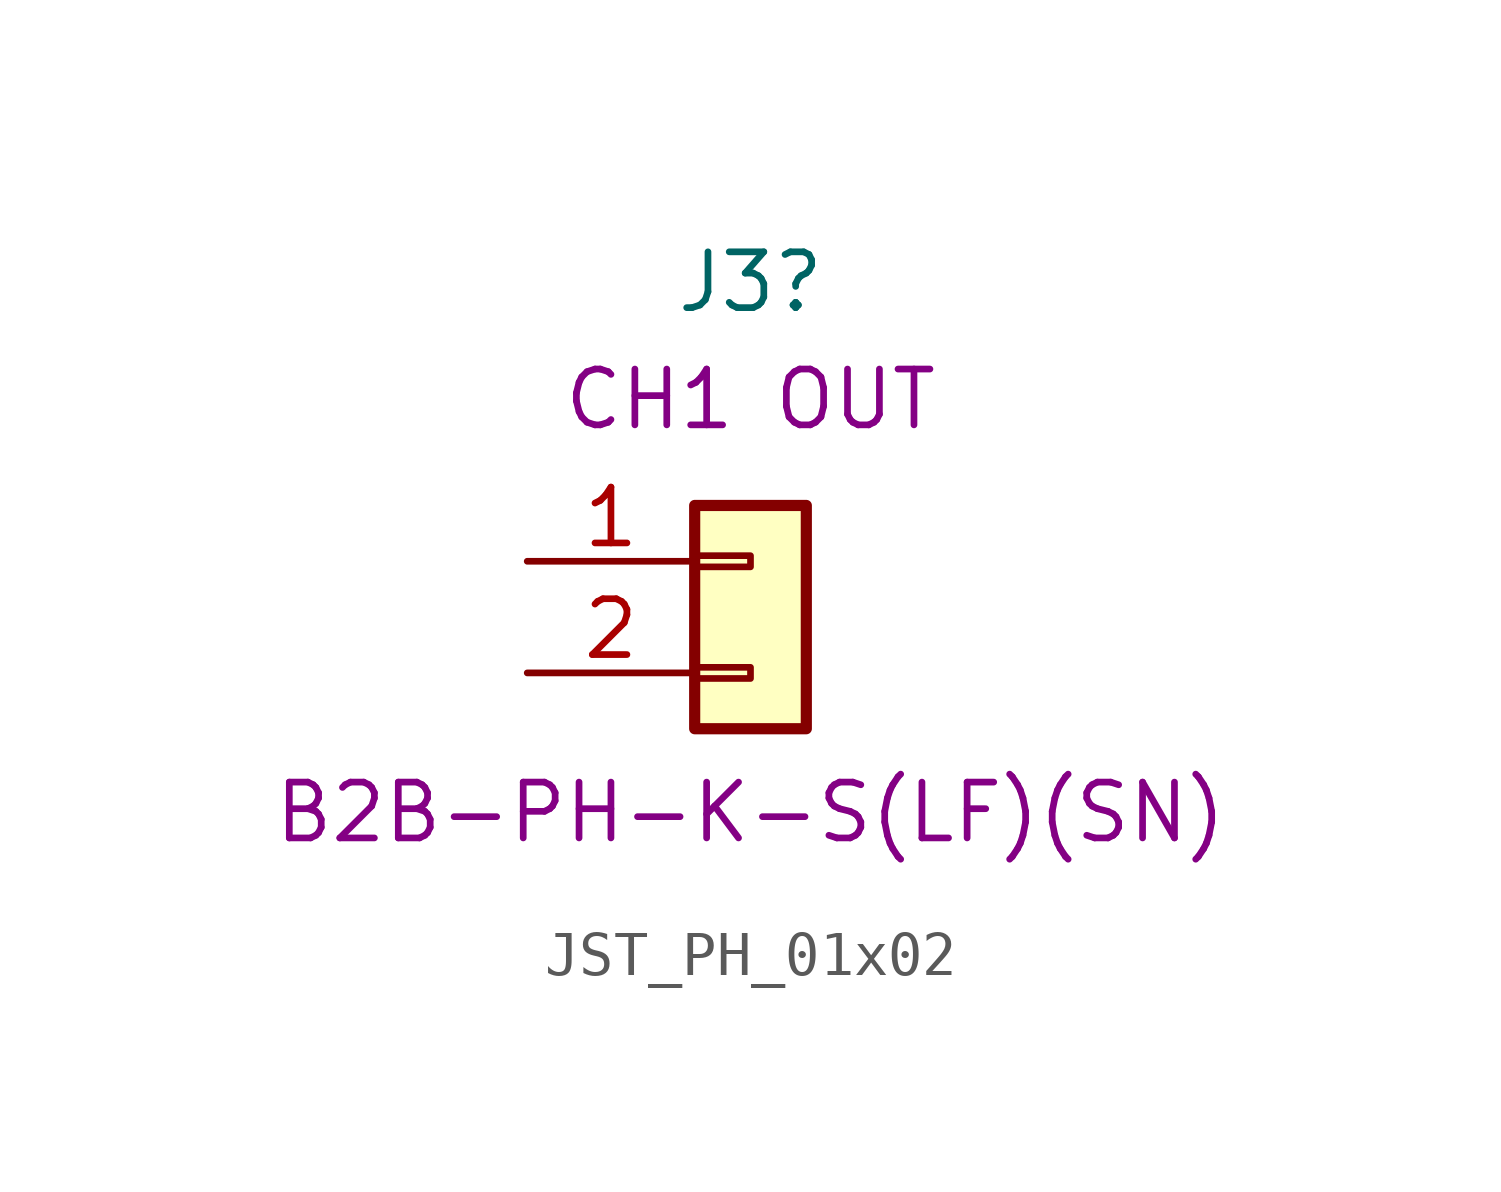
<source format=kicad_sym>
(kicad_symbol_lib
  (version 20220914)
  (generator kicad_symbol_editor)
  (symbol "JST_PH_01x02"
    (pin_names
      (offset 1.016) hide)
    (property "Reference" "J3"
      (at 0 6.35 0)
      (effects (font (size 1.27 1.27))))
    (property "LCSC" ""
      (at 0 0 0)
      (effects (font (size 1.27 1.27))))
    (property "Manufacturer PN" "B2B-PH-K-S(LF)(SN)"
      (at 0 -5.715 0)
      (effects (font (size 1.27 1.27))))
    (property "Silkscreen" "CH1 OUT"
      (at 0 3.683 0)
      (effects (font (size 1.27 1.27))))
    (symbol "JST_PH_01x02_1_1"
      (rectangle (start -1.27 -2.413) (end 0 -2.667) (stroke (width 0.152) (type default)) (fill (type none)))
      (rectangle (start -1.27 0.127) (end 0 -0.127) (stroke (width 0.152) (type default)) (fill (type none)))
      (rectangle (start -1.27 1.27) (end 1.27 -3.81) (stroke (width 0.254) (type default)) (fill (type background)))
      (pin passive line (at -5.08 0 0) (length 3.81) (name "Pin_1" (effects (font (size 1.27 1.27)))) (number "1" (effects (font (size 1.27 1.27)))))
      (pin passive line (at -5.08 -2.54 0) (length 3.81) (name "Pin_2" (effects (font (size 1.27 1.27)))) (number "2" (effects (font (size 1.27 1.27))))))))
</source>
